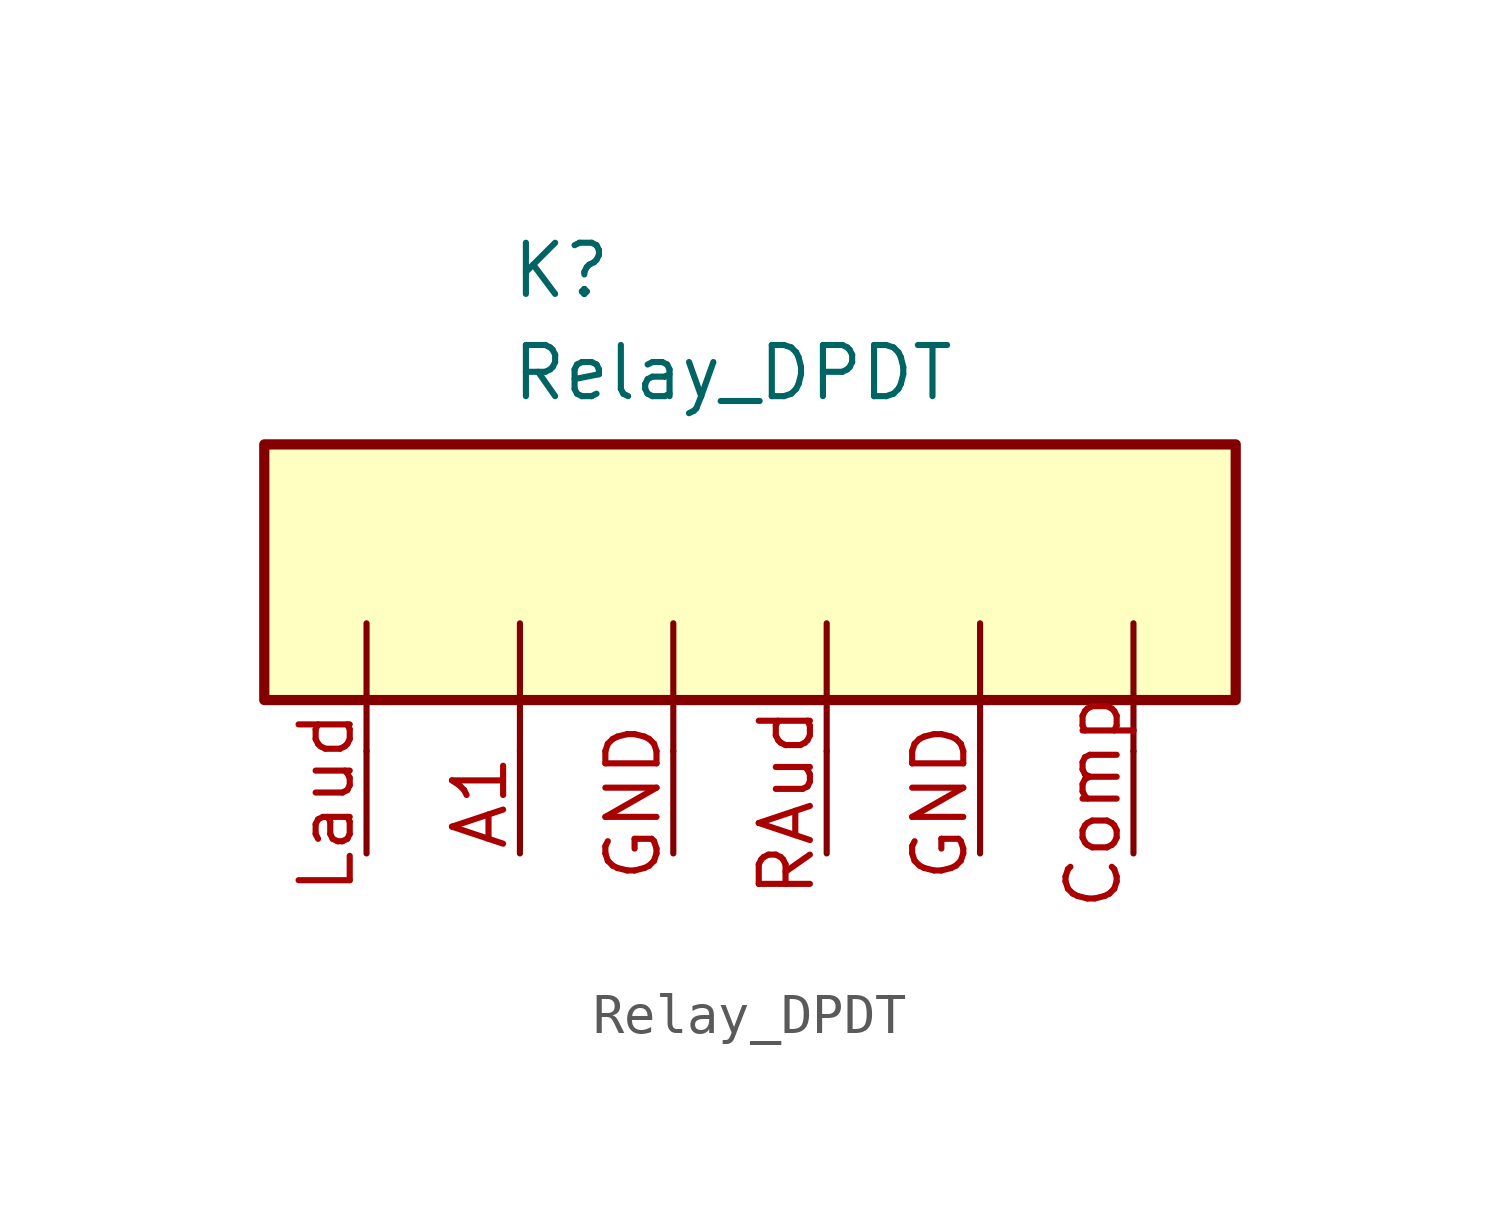
<source format=kicad_sym>
(kicad_symbol_lib
  (version 20231120)
  (generator "kicad_symbol_editor")
  (generator_version "8.0")
  (symbol "Relay_DPDT"
    (property "Reference" "K"
      (at -6.604 9.398 0)
      (effects (font (size 1.27 1.27)) (justify left)))
    (property "Value" "Relay_DPDT"
      (at -6.604 6.858 0)
      (effects (font (size 1.27 1.27)) (justify left)))
    (symbol "Relay_DPDT_0_1"
      (rectangle (start -12.7 5.08) (end 11.43 -1.27) (stroke (width 0.254) (type default)) (fill (type background)))
      (polyline (pts (xy -10.16 -2.54) (xy -10.16 0.635)) (stroke (width 0) (type default)) (fill (type none)))
      (polyline (pts (xy -6.35 -2.54) (xy -6.35 0.635)) (stroke (width 0) (type default)) (fill (type none)))
      (polyline (pts (xy -2.54 -2.54) (xy -2.54 0.635)) (stroke (width 0) (type default)) (fill (type none)))
      (polyline (pts (xy 1.27 -2.54) (xy 1.27 0.635)) (stroke (width 0) (type default)) (fill (type none)))
      (polyline (pts (xy 5.08 -2.54) (xy 5.08 0.635)) (stroke (width 0) (type default)) (fill (type none)))
      (polyline (pts (xy 8.89 -2.54) (xy 8.89 0.635)) (stroke (width 0) (type default)) (fill (type none))))
    (symbol "Relay_DPDT_1_1"
      (pin passive line (at -6.35 -5.08 90) (length 2.54) (name "~" (effects (font (size 1.27 1.27)))) (number "A1" (effects (font (size 1.27 1.27)))))
      (pin passive line (at 8.89 -5.08 90) (length 2.54) (name "~" (effects (font (size 1.27 1.27)))) (number "Comp" (effects (font (size 1.27 1.27)))))
      (pin passive line (at -2.54 -5.08 90) (length 2.54) (name "~" (effects (font (size 1.27 1.27)))) (number "GND" (effects (font (size 1.27 1.27)))))
      (pin passive line (at 5.08 -5.08 90) (length 2.54) (name "~" (effects (font (size 1.27 1.27)))) (number "GND" (effects (font (size 1.27 1.27)))))
      (pin passive line (at -10.16 -5.08 90) (length 2.54) (name "~" (effects (font (size 1.27 1.27)))) (number "Laud" (effects (font (size 1.27 1.27)))))
      (pin passive line (at 1.27 -5.08 90) (length 2.54) (name "~" (effects (font (size 1.27 1.27)))) (number "RAud" (effects (font (size 1.27 1.27))))))))
</source>
